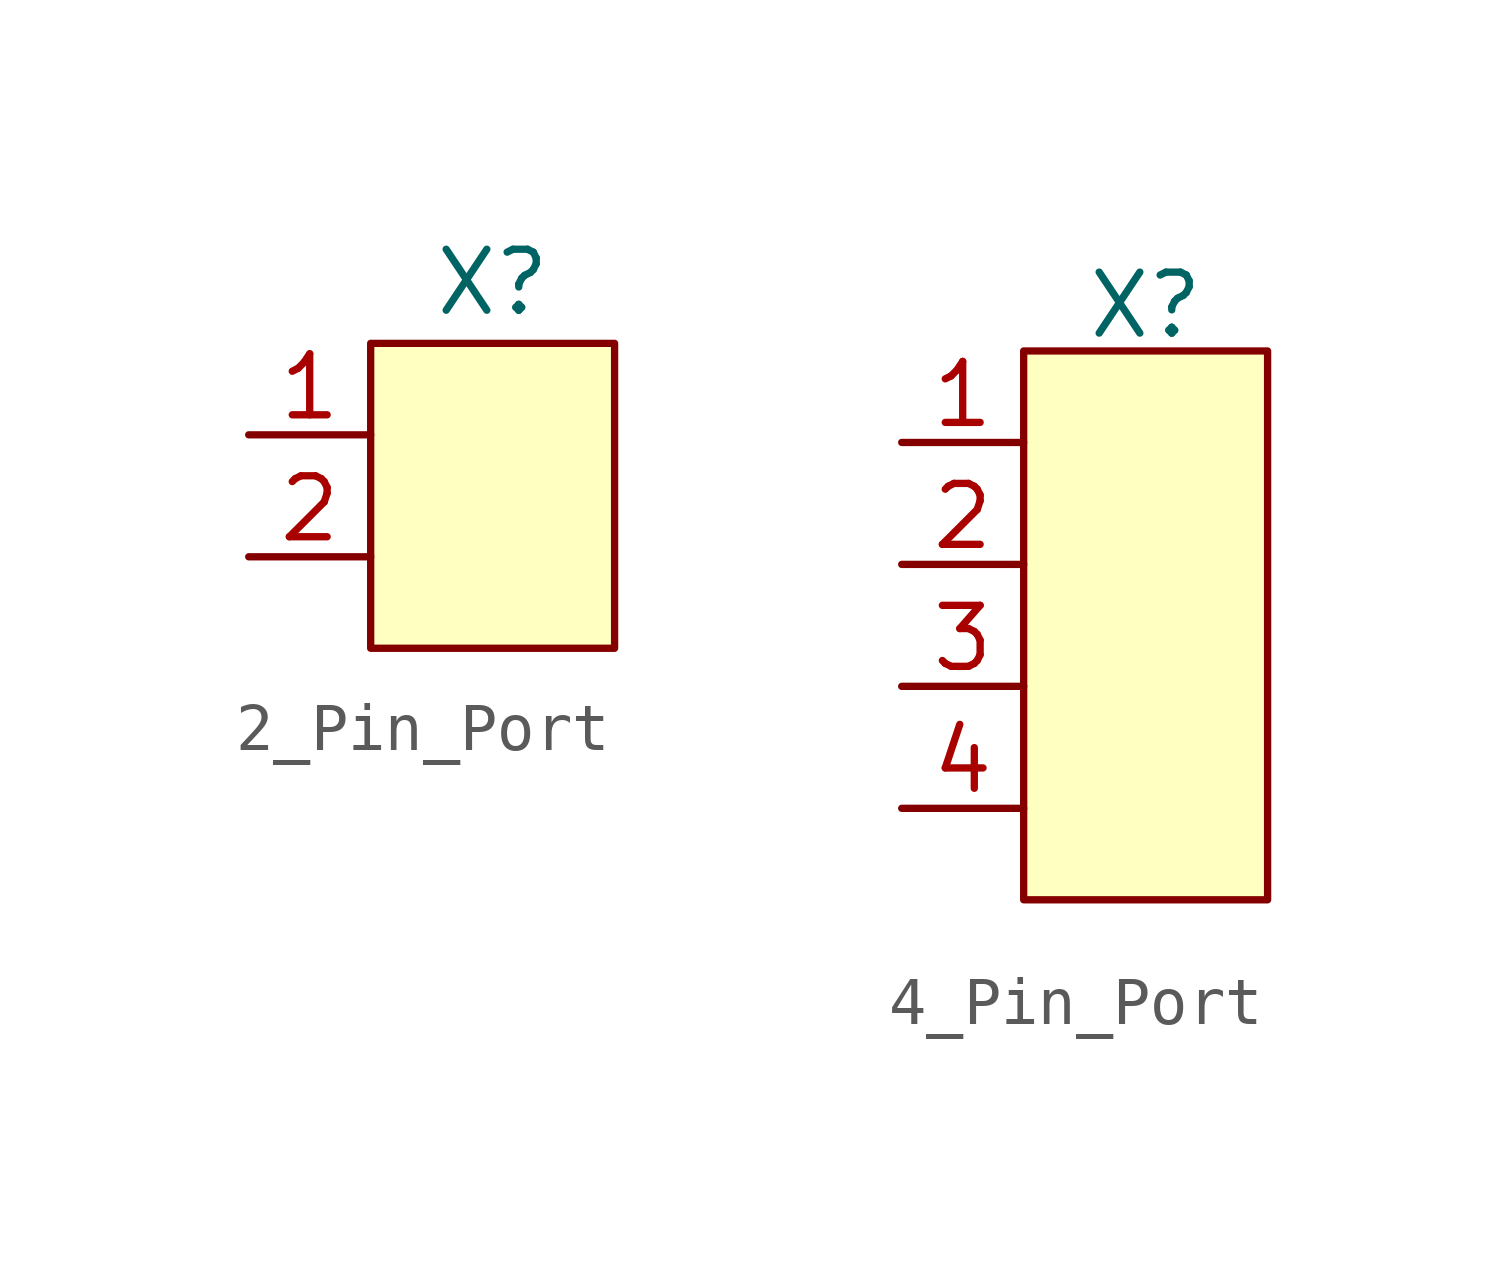
<source format=kicad_sym>
(kicad_symbol_lib
  (version 20220914)
  (generator kicad_symbol_editor)
  (symbol "2_Pin_Port"
    (property "Reference" "X"
      (at 5.08 3.175 0)
      (effects (font (size 1.27 1.27))))
    (property "Value" ""
      (at 0 0 0)
      (effects (font (size 1.27 1.27))))
    (symbol "2_Pin_Port_1_1"
      (rectangle (start 2.54 1.905) (end 7.62 -4.445) (stroke (width 0) (type default)) (fill (type background)))
      (pin input line (at 0 0 0) (length 2.54) (name "" (effects (font (size 1.27 1.27)))) (number "1" (effects (font (size 1.27 1.27)))))
      (pin input line (at 0 -2.54 0) (length 2.54) (name "" (effects (font (size 1.27 1.27)))) (number "2" (effects (font (size 1.27 1.27)))))))
  (symbol "4_Pin_Port"
    (pin_names
      (offset 0.002))
    (property "Reference" "X"
      (at 5.08 2.857 0)
      (effects (font (size 1.27 1.27))))
    (property "Value" ""
      (at 0 0 0)
      (effects (font (size 1.27 1.27))))
    (symbol "4_Pin_Port_1_1"
      (rectangle (start 2.54 1.905) (end 7.62 -9.525) (stroke (width 0) (type default)) (fill (type background)))
      (pin passive line (at 0 0 0) (length 2.54) (name "" (effects (font (size 1.27 1.27)))) (number "1" (effects (font (size 1.27 1.27)))))
      (pin passive line (at 0 -2.54 0) (length 2.54) (name "" (effects (font (size 1.27 1.27)))) (number "2" (effects (font (size 1.27 1.27)))))
      (pin passive line (at 0 -5.08 0) (length 2.54) (name "" (effects (font (size 1.27 1.27)))) (number "3" (effects (font (size 1.27 1.27)))))
      (pin passive line (at 0 -7.62 0) (length 2.54) (name "" (effects (font (size 1.27 1.27)))) (number "4" (effects (font (size 1.27 1.27))))))))
</source>
